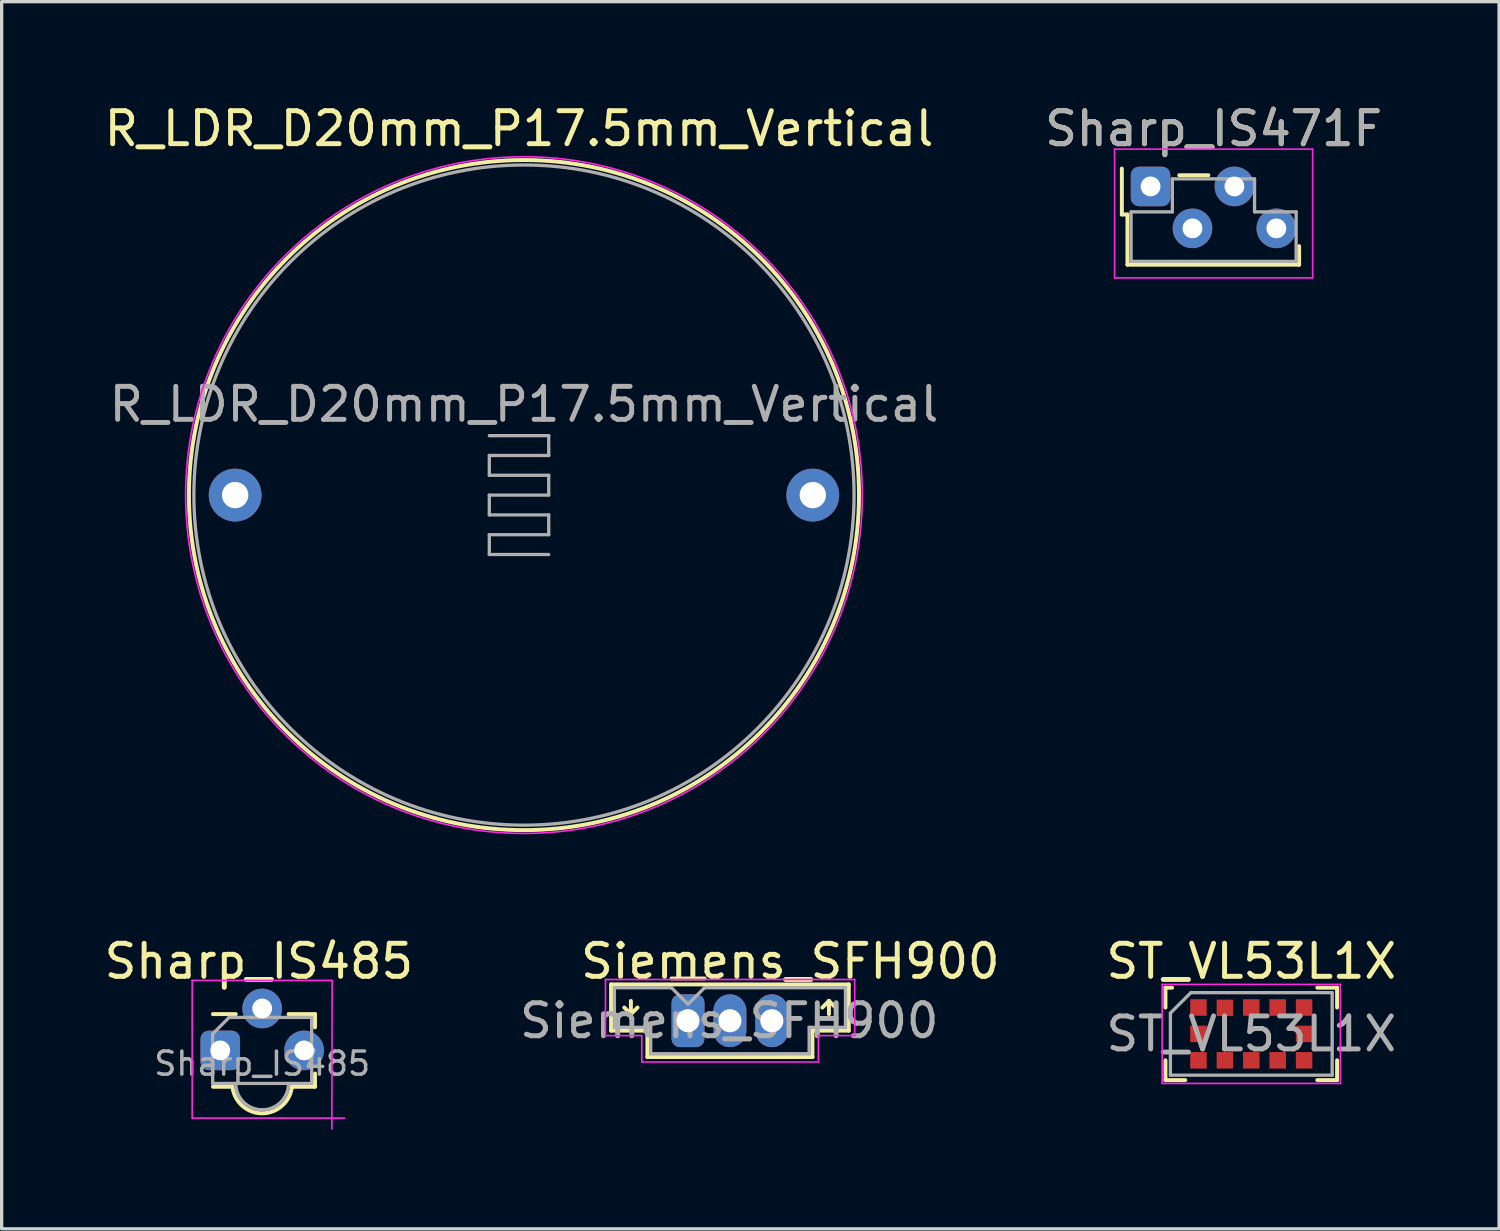
<source format=kicad_pcb>
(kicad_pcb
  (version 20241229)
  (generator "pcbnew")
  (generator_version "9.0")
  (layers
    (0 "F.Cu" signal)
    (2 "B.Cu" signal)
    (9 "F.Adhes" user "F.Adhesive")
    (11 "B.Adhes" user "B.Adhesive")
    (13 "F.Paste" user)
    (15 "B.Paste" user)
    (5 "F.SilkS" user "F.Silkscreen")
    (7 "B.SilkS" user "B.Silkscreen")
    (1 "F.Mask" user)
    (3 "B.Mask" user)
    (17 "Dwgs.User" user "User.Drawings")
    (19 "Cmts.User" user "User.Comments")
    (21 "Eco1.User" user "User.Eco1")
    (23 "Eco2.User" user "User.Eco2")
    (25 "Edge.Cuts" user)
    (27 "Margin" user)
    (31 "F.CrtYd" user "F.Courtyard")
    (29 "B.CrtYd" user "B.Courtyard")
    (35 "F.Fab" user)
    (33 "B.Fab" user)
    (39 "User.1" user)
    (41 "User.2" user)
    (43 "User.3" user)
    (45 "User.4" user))
  (footprint "ST_VL53L1X"
    (layer "F.Cu")
    (at 34.856 28.271)
    (property "Reference" "ST_VL53L1X" (at 0 -2.2 180) (layer "F.SilkS") (effects (font (size 1 1) (thickness 0.15))))
    (attr smd)
    (fp_line (start -2.6 -1.4) (end -2.6 -0.8) (stroke (width 0.12) (type solid)) (layer "F.SilkS"))
    (fp_line (start -2.6 -1.4) (end -2.4 -1.4) (stroke (width 0.12) (type solid)) (layer "F.SilkS"))
    (fp_line (start -2.6 1.4) (end -2.6 0.8) (stroke (width 0.12) (type solid)) (layer "F.SilkS"))
    (fp_line (start -2 1.4) (end -2.6 1.4) (stroke (width 0.12) (type solid)) (layer "F.SilkS"))
    (fp_line (start 2 -1.4) (end 2.6 -1.4) (stroke (width 0.12) (type solid)) (layer "F.SilkS"))
    (fp_line (start 2.6 -1.4) (end 2.6 -0.8) (stroke (width 0.12) (type solid)) (layer "F.SilkS"))
    (fp_line (start 2.6 0.8) (end 2.6 1.4) (stroke (width 0.12) (type solid)) (layer "F.SilkS"))
    (fp_line (start 2.6 1.4) (end 2 1.4) (stroke (width 0.12) (type solid)) (layer "F.SilkS"))
    (fp_line (start -2.7 -1.5) (end -2.7 1.5) (stroke (width 0.05) (type solid)) (layer "F.CrtYd"))
    (fp_line (start -2.7 1.5) (end 2.7 1.5) (stroke (width 0.05) (type solid)) (layer "F.CrtYd"))
    (fp_line (start 2.7 -1.5) (end -2.7 -1.5) (stroke (width 0.05) (type solid)) (layer "F.CrtYd"))
    (fp_line (start 2.7 1.5) (end 2.7 -1.5) (stroke (width 0.05) (type solid)) (layer "F.CrtYd"))
    (fp_line (start -2.45 -0.63) (end -1.83 -1.25) (stroke (width 0.1) (type solid)) (layer "F.Fab"))
    (fp_line (start -2.45 1.25) (end -2.45 -0.63) (stroke (width 0.1) (type solid)) (layer "F.Fab"))
    (fp_line (start -1.83 -1.25) (end 2.45 -1.25) (stroke (width 0.1) (type solid)) (layer "F.Fab"))
    (fp_line (start 2.45 -1.25) (end 2.45 1.25) (stroke (width 0.1) (type solid)) (layer "F.Fab"))
    (fp_line (start 2.45 1.25) (end -2.45 1.25) (stroke (width 0.1) (type solid)) (layer "F.Fab"))
    (fp_text user "${REFERENCE}" (at 0 0 180) (layer "F.Fab") (effects (font (size 1 1) (thickness 0.15))))
    (pad "1" smd rect (at -1.6 -0.8 90) (size 0.5 0.5) (layers "F.Cu" "F.Mask" "F.Paste"))
    (pad "2" smd rect (at -0.8 -0.79 90) (size 0.5 0.5) (layers "F.Cu" "F.Mask" "F.Paste"))
    (pad "3" smd rect (at 0 -0.8 90) (size 0.5 0.5) (layers "F.Cu" "F.Mask" "F.Paste"))
    (pad "4" smd rect (at 0.8 -0.8 90) (size 0.5 0.5) (layers "F.Cu" "F.Mask" "F.Paste"))
    (pad "5" smd rect (at 1.6 -0.8 90) (size 0.5 0.5) (layers "F.Cu" "F.Mask" "F.Paste"))
    (pad "6" smd rect (at 1.6 0 90) (size 0.5 0.5) (layers "F.Cu" "F.Mask" "F.Paste"))
    (pad "7" smd rect (at 1.6 0.8 90) (size 0.5 0.5) (layers "F.Cu" "F.Mask" "F.Paste"))
    (pad "8" smd rect (at 0.8 0.8 90) (size 0.5 0.5) (layers "F.Cu" "F.Mask" "F.Paste"))
    (pad "9" smd rect (at 0 0.8 90) (size 0.5 0.5) (layers "F.Cu" "F.Mask" "F.Paste"))
    (pad "10" smd rect (at -0.8 0.8 90) (size 0.5 0.5) (layers "F.Cu" "F.Mask" "F.Paste"))
    (pad "11" smd rect (at -1.6 0.8 90) (size 0.5 0.5) (layers "F.Cu" "F.Mask" "F.Paste"))
    (pad "12" smd rect (at -1.6 0 90) (size 0.5 0.5) (layers "F.Cu" "F.Mask" "F.Paste")))
  (footprint "Siemens_SFH900"
    (layer "F.Cu")
    (at 17.792 27.872)
    (property "Reference" "Siemens_SFH900" (at 3.1 -1.8 0) (layer "F.SilkS") (effects (font (size 1 1) (thickness 0.15))))
    (attr through_hole)
    (fp_line (start -2.33 -1.1) (end 4.87 -1.1) (stroke (width 0.12) (type solid)) (layer "F.SilkS"))
    (fp_line (start -2.33 0.3) (end -2.33 -1.1) (stroke (width 0.12) (type solid)) (layer "F.SilkS"))
    (fp_line (start -1.73 -0.6) (end -1.73 -0.2) (stroke (width 0.12) (type solid)) (layer "F.SilkS"))
    (fp_line (start -1.73 -0.2) (end -1.93 -0.4) (stroke (width 0.12) (type solid)) (layer "F.SilkS"))
    (fp_line (start -1.73 -0.2) (end -1.53 -0.4) (stroke (width 0.12) (type solid)) (layer "F.SilkS"))
    (fp_line (start -1.23 0.3) (end -2.33 0.3) (stroke (width 0.12) (type solid)) (layer "F.SilkS"))
    (fp_line (start -1.23 1.1) (end -1.23 0.3) (stroke (width 0.12) (type solid)) (layer "F.SilkS"))
    (fp_line (start -0.5 -1.28) (end 0.5 -1.28) (stroke (width 0.12) (type solid)) (layer "F.SilkS"))
    (fp_line (start 3.77 0.3) (end 3.77 1.1) (stroke (width 0.12) (type solid)) (layer "F.SilkS"))
    (fp_line (start 3.77 1.1) (end -1.23 1.1) (stroke (width 0.12) (type solid)) (layer "F.SilkS"))
    (fp_line (start 4.27 -0.6) (end 4.07 -0.4) (stroke (width 0.12) (type solid)) (layer "F.SilkS"))
    (fp_line (start 4.27 -0.6) (end 4.47 -0.4) (stroke (width 0.12) (type solid)) (layer "F.SilkS"))
    (fp_line (start 4.27 -0.2) (end 4.27 -0.6) (stroke (width 0.12) (type solid)) (layer "F.SilkS"))
    (fp_line (start 4.87 -1.1) (end 4.87 0.3) (stroke (width 0.12) (type solid)) (layer "F.SilkS"))
    (fp_line (start 4.87 0.3) (end 3.77 0.3) (stroke (width 0.12) (type solid)) (layer "F.SilkS"))
    (fp_line (start -2.5 -1.25) (end 5.05 -1.25) (stroke (width 0.05) (type solid)) (layer "F.CrtYd"))
    (fp_line (start -2.5 0.45) (end -2.5 -1.25) (stroke (width 0.05) (type solid)) (layer "F.CrtYd"))
    (fp_line (start -1.4 0.45) (end -2.5 0.45) (stroke (width 0.05) (type solid)) (layer "F.CrtYd"))
    (fp_line (start -1.4 1.25) (end -1.4 0.45) (stroke (width 0.05) (type solid)) (layer "F.CrtYd"))
    (fp_line (start 3.95 0.45) (end 3.95 1.25) (stroke (width 0.05) (type solid)) (layer "F.CrtYd"))
    (fp_line (start 3.95 1.25) (end -1.4 1.25) (stroke (width 0.05) (type solid)) (layer "F.CrtYd"))
    (fp_line (start 5.05 -1.25) (end 5.05 0.45) (stroke (width 0.05) (type solid)) (layer "F.CrtYd"))
    (fp_line (start 5.05 0.45) (end 3.95 0.45) (stroke (width 0.05) (type solid)) (layer "F.CrtYd"))
    (fp_line (start -2.23 -1) (end -2.23 0.2) (stroke (width 0.1) (type solid)) (layer "F.Fab"))
    (fp_line (start -2.23 -1) (end -0.5 -1) (stroke (width 0.1) (type solid)) (layer "F.Fab"))
    (fp_line (start -2.23 0.2) (end -1.13 0.2) (stroke (width 0.1) (type solid)) (layer "F.Fab"))
    (fp_line (start -1.13 0.2) (end -1.13 1) (stroke (width 0.1) (type solid)) (layer "F.Fab"))
    (fp_line (start -1.13 1) (end 3.67 1) (stroke (width 0.1) (type solid)) (layer "F.Fab"))
    (fp_line (start 0 -0.5) (end -0.5 -1) (stroke (width 0.1) (type solid)) (layer "F.Fab"))
    (fp_line (start 0 -0.5) (end 0.5 -1) (stroke (width 0.1) (type solid)) (layer "F.Fab"))
    (fp_line (start 0.5 -1) (end 4.77 -1) (stroke (width 0.1) (type solid)) (layer "F.Fab"))
    (fp_line (start 3.67 1) (end 3.67 0.2) (stroke (width 0.1) (type solid)) (layer "F.Fab"))
    (fp_line (start 4.77 -1) (end 4.77 0.2) (stroke (width 0.1) (type solid)) (layer "F.Fab"))
    (fp_line (start 4.77 0.2) (end 3.67 0.2) (stroke (width 0.1) (type solid)) (layer "F.Fab"))
    (fp_text user "${REFERENCE}" (at 1.25 0 0) (layer "F.Fab") (effects (font (size 1 1) (thickness 0.15))))
    (pad "1" thru_hole roundrect (at 0 0) (size 1 1.6) (drill 0.7) (layers "*.Cu" "*.Mask") (roundrect_rratio 0.25))
    (pad "2" thru_hole oval (at 1.27 0) (size 1 1.6) (drill 0.7) (layers "*.Cu" "*.Mask"))
    (pad "3" thru_hole oval (at 2.54 0) (size 1 1.6) (drill 0.7) (layers "*.Cu" "*.Mask")))
  (footprint "Sharp_IS485"
    (layer "F.Cu")
    (at 3.622 28.771)
    (property "Reference" "Sharp_IS485" (at 1.17 -2.7 0) (layer "F.SilkS") (effects (font (size 1 1) (thickness 0.15))))
    (attr through_hole)
    (fp_line (start -0.22 1.1) (end 0.37 1.1) (stroke (width 0.12) (type solid)) (layer "F.SilkS"))
    (fp_line (start 0.47 -1.1) (end -0.22 -1.1) (stroke (width 0.12) (type solid)) (layer "F.SilkS"))
    (fp_line (start 2.07 -1.1) (end 2.87 -1.1) (stroke (width 0.12) (type solid)) (layer "F.SilkS"))
    (fp_line (start 2.17 1.1) (end 2.87 1.1) (stroke (width 0.12) (type solid)) (layer "F.SilkS"))
    (fp_line (start 2.87 -0.7) (end 2.87 -1.1) (stroke (width 0.12) (type solid)) (layer "F.SilkS"))
    (fp_line (start 2.87 1.1) (end 2.87 0.7) (stroke (width 0.12) (type solid)) (layer "F.SilkS"))
    (fp_arc (start 2.17 1.1) (mid 1.288329 1.905353) (end 0.374785 1.136345) (stroke (width 0.12) (type solid)) (layer "F.SilkS"))
    (fp_line (start -0.85 -2.12) (end 3.39 -2.12) (stroke (width 0.05) (type solid)) (layer "F.CrtYd"))
    (fp_line (start -0.85 2.05) (end -0.85 -2.12) (stroke (width 0.05) (type solid)) (layer "F.CrtYd"))
    (fp_line (start 3.39 -2.12) (end 3.38 2.38) (stroke (width 0.05) (type solid)) (layer "F.CrtYd"))
    (fp_line (start 3.77 2.05) (end -0.85 2.05) (stroke (width 0.05) (type solid)) (layer "F.CrtYd"))
    (fp_line (start -0.23 -0.5) (end -0.23 1) (stroke (width 0.1) (type solid)) (layer "F.Fab"))
    (fp_line (start -0.23 -0.5) (end 0.27 -1) (stroke (width 0.1) (type solid)) (layer "F.Fab"))
    (fp_line (start -0.23 1) (end 2.77 1) (stroke (width 0.1) (type solid)) (layer "F.Fab"))
    (fp_line (start 2.77 -1) (end 0.27 -1) (stroke (width 0.1) (type solid)) (layer "F.Fab"))
    (fp_line (start 2.77 1) (end 2.77 -1) (stroke (width 0.1) (type solid)) (layer "F.Fab"))
    (fp_arc (start 1.27 1.8) (mid 0.704315 1.565685) (end 0.47 1) (stroke (width 0.1) (type solid)) (layer "F.Fab"))
    (fp_arc (start 2.07 1) (mid 1.835685 1.565685) (end 1.27 1.8) (stroke (width 0.1) (type solid)) (layer "F.Fab"))
    (fp_text user "${REFERENCE}" (at 1.27 0.4 0) (layer "F.Fab") (effects (font (size 0.7 0.7) (thickness 0.105))))
    (pad "1" thru_hole roundrect (at 0 0) (size 1.2 1.2) (drill 0.6) (layers "*.Cu" "*.Mask") (roundrect_rratio 0.208))
    (pad "2" thru_hole circle (at 1.27 -1.27) (size 1.2 1.2) (drill 0.6) (layers "*.Cu" "*.Mask"))
    (pad "3" thru_hole circle (at 2.54 0) (size 1.2 1.2) (drill 0.6) (layers "*.Cu" "*.Mask")))
  (footprint "Sharp_IS471F"
    (layer "F.Cu")
    (at 31.805 2.598)
    (property "Reference" "Sharp_IS471F" (at 1.91 -1.75 0) (layer "F.SilkS") (effects (font (size 1 1) (thickness 0.15))))
    (attr through_hole)
    (fp_line (start -0.87 0.85) (end -0.87 -0.54) (stroke (width 0.12) (type solid)) (layer "F.SilkS"))
    (fp_line (start -0.87 0.85) (end -0.7 0.85) (stroke (width 0.12) (type solid)) (layer "F.SilkS"))
    (fp_line (start -0.7 2.37) (end -0.7 0.85) (stroke (width 0.12) (type solid)) (layer "F.SilkS"))
    (fp_line (start -0.7 2.37) (end 4.5 2.37) (stroke (width 0.12) (type solid)) (layer "F.SilkS"))
    (fp_line (start 1.75 -0.34) (end 0.87 -0.34) (stroke (width 0.12) (type solid)) (layer "F.SilkS"))
    (fp_line (start 4.5 2.37) (end 4.5 1.81) (stroke (width 0.12) (type solid)) (layer "F.SilkS"))
    (fp_line (start -1.09 -1.13) (end -1.09 2.77) (stroke (width 0.05) (type solid)) (layer "F.CrtYd"))
    (fp_line (start -1.09 2.77) (end 4.91 2.77) (stroke (width 0.05) (type solid)) (layer "F.CrtYd"))
    (fp_line (start 4.91 -1.13) (end -1.09 -1.13) (stroke (width 0.05) (type solid)) (layer "F.CrtYd"))
    (fp_line (start 4.91 2.77) (end 4.91 -1.13) (stroke (width 0.05) (type solid)) (layer "F.CrtYd"))
    (fp_line (start -0.59 0.77) (end -0.59 2.27) (stroke (width 0.1) (type solid)) (layer "F.Fab"))
    (fp_line (start -0.59 2.27) (end 4.41 2.27) (stroke (width 0.1) (type solid)) (layer "F.Fab"))
    (fp_line (start 0.66 -0.23) (end 0.66 0.77) (stroke (width 0.1) (type solid)) (layer "F.Fab"))
    (fp_line (start 0.66 0.77) (end -0.59 0.77) (stroke (width 0.1) (type solid)) (layer "F.Fab"))
    (fp_line (start 3.15 -0.23) (end 0.66 -0.23) (stroke (width 0.1) (type solid)) (layer "F.Fab"))
    (fp_line (start 3.15 0.77) (end 3.15 -0.23) (stroke (width 0.1) (type solid)) (layer "F.Fab"))
    (fp_line (start 4.41 0.77) (end 3.15 0.77) (stroke (width 0.1) (type solid)) (layer "F.Fab"))
    (fp_line (start 4.41 2.27) (end 4.41 0.77) (stroke (width 0.1) (type solid)) (layer "F.Fab"))
    (fp_text user "${REFERENCE}" (at 1.91 -1.75 0) (layer "F.Fab") (effects (font (size 1 1) (thickness 0.15))))
    (pad "1" thru_hole roundrect (at 0 0) (size 1.2 1.2) (drill 0.6) (layers "*.Cu" "*.Mask") (roundrect_rratio 0.208))
    (pad "2" thru_hole circle (at 1.27 1.27) (size 1.2 1.2) (drill 0.6) (layers "*.Cu" "*.Mask"))
    (pad "3" thru_hole circle (at 2.54 0) (size 1.2 1.2) (drill 0.6) (layers "*.Cu" "*.Mask"))
    (pad "4" thru_hole circle (at 3.81 1.27) (size 1.2 1.2) (drill 0.6) (layers "*.Cu" "*.Mask")))
  (footprint "R_LDR_D20mm_P17.5mm_Vertical"
    (layer "F.Cu")
    (at 4.073 11.948)
    (property "Reference" "R_LDR_D20mm_P17.5mm_Vertical" (at 8.6 -11.1 0) (layer "F.SilkS") (effects (font (size 1 1) (thickness 0.15))))
    (attr through_hole)
    (fp_circle (center 8.75 0) (end -1.4 0) (stroke (width 0.12) (type solid)) (fill no) (layer "F.SilkS"))
    (fp_circle (center 8.75 0) (end -1.5 0) (stroke (width 0.05) (type solid)) (fill no) (layer "F.CrtYd"))
    (fp_line (start 7.7 -1.8) (end 9.5 -1.8) (stroke (width 0.1) (type solid)) (layer "F.Fab"))
    (fp_line (start 7.7 -1.2) (end 7.7 -0.6) (stroke (width 0.1) (type solid)) (layer "F.Fab"))
    (fp_line (start 7.7 -0.6) (end 9.5 -0.6) (stroke (width 0.1) (type solid)) (layer "F.Fab"))
    (fp_line (start 7.7 0) (end 7.7 0.6) (stroke (width 0.1) (type solid)) (layer "F.Fab"))
    (fp_line (start 7.7 0.6) (end 9.5 0.6) (stroke (width 0.1) (type solid)) (layer "F.Fab"))
    (fp_line (start 7.7 1.2) (end 7.7 1.8) (stroke (width 0.1) (type solid)) (layer "F.Fab"))
    (fp_line (start 7.7 1.8) (end 9.5 1.8) (stroke (width 0.1) (type solid)) (layer "F.Fab"))
    (fp_line (start 9.5 -1.8) (end 9.5 -1.2) (stroke (width 0.1) (type solid)) (layer "F.Fab"))
    (fp_line (start 9.5 -1.2) (end 7.7 -1.2) (stroke (width 0.1) (type solid)) (layer "F.Fab"))
    (fp_line (start 9.5 -0.6) (end 9.5 0) (stroke (width 0.1) (type solid)) (layer "F.Fab"))
    (fp_line (start 9.5 0) (end 7.7 0) (stroke (width 0.1) (type solid)) (layer "F.Fab"))
    (fp_line (start 9.5 0.6) (end 9.5 1.2) (stroke (width 0.1) (type solid)) (layer "F.Fab"))
    (fp_line (start 9.5 1.2) (end 7.7 1.2) (stroke (width 0.1) (type solid)) (layer "F.Fab"))
    (fp_circle (center 8.75 0) (end -1.25 0) (stroke (width 0.1) (type solid)) (fill no) (layer "F.Fab"))
    (fp_text user "${REFERENCE}" (at 8.75 -2.75 0) (layer "F.Fab") (effects (font (size 1 1) (thickness 0.15))))
    (pad "1" thru_hole circle (at 0 0) (size 1.6 1.6) (drill 0.8) (layers "*.Cu" "*.Mask"))
    (pad "2" thru_hole circle (at 17.5 0) (size 1.6 1.6) (drill 0.8) (layers "*.Cu" "*.Mask")))
  (gr_rect
    (start -3 -3)
    (end 42.362 34.176)
    (stroke (width 0.1) (type default))
    (fill no)
    (layer "Edge.Cuts")))
</source>
